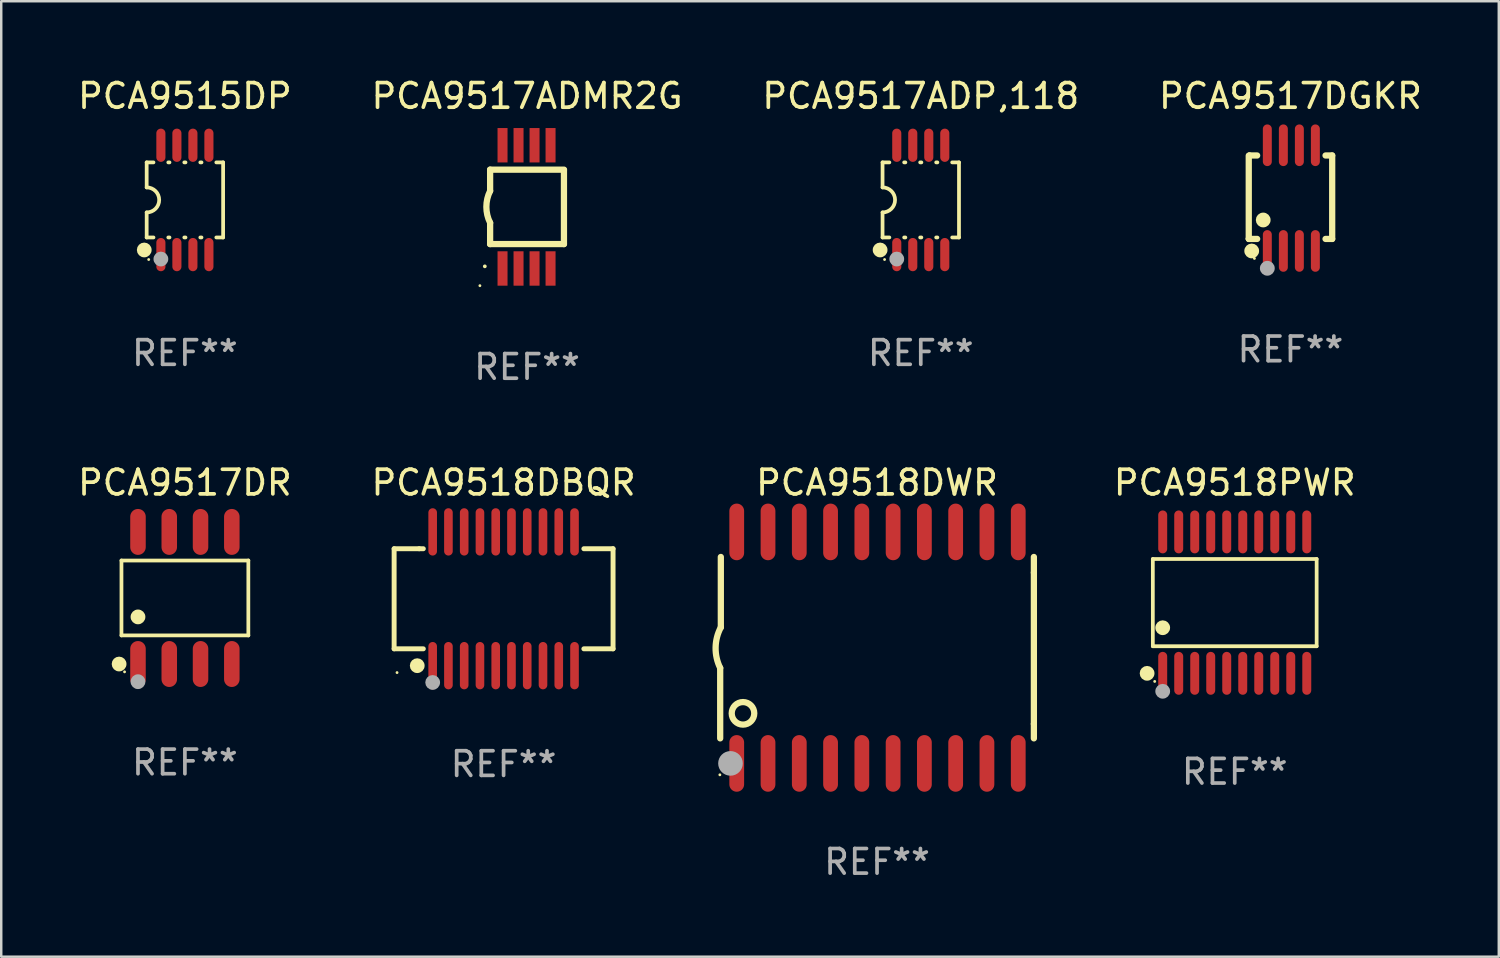
<source format=kicad_pcb>
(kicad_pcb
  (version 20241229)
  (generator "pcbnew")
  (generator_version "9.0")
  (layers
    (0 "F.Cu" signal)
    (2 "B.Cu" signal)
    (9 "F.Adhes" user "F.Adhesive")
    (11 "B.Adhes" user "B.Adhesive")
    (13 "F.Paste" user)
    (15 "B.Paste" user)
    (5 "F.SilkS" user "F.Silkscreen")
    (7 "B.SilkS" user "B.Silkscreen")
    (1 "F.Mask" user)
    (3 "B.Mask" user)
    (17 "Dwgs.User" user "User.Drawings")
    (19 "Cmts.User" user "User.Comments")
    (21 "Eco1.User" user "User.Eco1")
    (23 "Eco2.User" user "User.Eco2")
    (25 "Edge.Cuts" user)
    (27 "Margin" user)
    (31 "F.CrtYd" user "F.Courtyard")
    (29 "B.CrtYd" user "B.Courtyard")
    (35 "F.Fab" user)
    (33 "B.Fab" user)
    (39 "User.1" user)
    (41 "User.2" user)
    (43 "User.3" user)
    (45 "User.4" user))
  (footprint "PCA9517ADP,118"
    (layer "F.Cu")
    (at 34.339 5.068)
    (property "Reference" "PCA9517ADP,118" (at 0 -4.22 0) (layer "F.SilkS") (effects (font (size 1 1) (thickness 0.15))))
    (attr through_hole)
    (fp_line (start -1.552 -1.524) (end -1.276 -1.524) (stroke (width 0.152) (type solid)) (layer "F.SilkS"))
    (fp_line (start -1.552 -0.508) (end -1.552 -1.524) (stroke (width 0.152) (type solid)) (layer "F.SilkS"))
    (fp_line (start -1.552 1.524) (end -1.552 0.508) (stroke (width 0.152) (type solid)) (layer "F.SilkS"))
    (fp_line (start -1.552 1.524) (end -1.276 1.524) (stroke (width 0.152) (type solid)) (layer "F.SilkS"))
    (fp_line (start -0.674 -1.524) (end -0.626 -1.524) (stroke (width 0.152) (type solid)) (layer "F.SilkS"))
    (fp_line (start -0.674 1.524) (end -0.626 1.524) (stroke (width 0.152) (type solid)) (layer "F.SilkS"))
    (fp_line (start -0.024 -1.524) (end 0.024 -1.524) (stroke (width 0.152) (type solid)) (layer "F.SilkS"))
    (fp_line (start -0.024 1.524) (end 0.024 1.524) (stroke (width 0.152) (type solid)) (layer "F.SilkS"))
    (fp_line (start 0.626 -1.524) (end 0.674 -1.524) (stroke (width 0.152) (type solid)) (layer "F.SilkS"))
    (fp_line (start 0.626 1.524) (end 0.674 1.524) (stroke (width 0.152) (type solid)) (layer "F.SilkS"))
    (fp_line (start 1.276 1.524) (end 1.552 1.524) (stroke (width 0.152) (type solid)) (layer "F.SilkS"))
    (fp_line (start 1.276 -1.524) (end 1.552 -1.524) (stroke (width 0.152) (type solid)) (layer "F.SilkS"))
    (fp_line (start 1.552 -1.524) (end 1.552 1.524) (stroke (width 0.152) (type solid)) (layer "F.SilkS"))
    (fp_arc (start -1.551943 -0.508001) (mid -1.043942 0) (end -1.551943 0.508001) (stroke (width 0.151994) (type solid)) (layer "F.SilkS"))
    (fp_circle (center -1.651 2.032) (end -1.501 2.032) (stroke (width 0.3) (type solid)) (fill no) (layer "F.SilkS"))
    (fp_circle (center -1.47 2.42) (end -1.44 2.42) (stroke (width 0.06) (type solid)) (fill no) (layer "F.SilkS"))
    (fp_circle (center -0.975 2.4) (end -0.825 2.4) (stroke (width 0.3) (type solid)) (fill no) (layer "F.Fab"))
    (fp_text user "REF**" (at 0 6.22 0) (layer "F.Fab") (effects (font (size 1 1) (thickness 0.15))))
    (pad "1" smd oval (at -0.975 2.22) (size 0.37 1.35) (layers "F.Cu" "F.Mask" "F.Paste"))
    (pad "2" smd oval (at -0.325 2.22) (size 0.37 1.35) (layers "F.Cu" "F.Mask" "F.Paste"))
    (pad "3" smd oval (at 0.325 2.22) (size 0.37 1.35) (layers "F.Cu" "F.Mask" "F.Paste"))
    (pad "4" smd oval (at 0.975 2.22) (size 0.37 1.35) (layers "F.Cu" "F.Mask" "F.Paste"))
    (pad "5" smd oval (at 0.975 -2.22) (size 0.37 1.35) (layers "F.Cu" "F.Mask" "F.Paste"))
    (pad "6" smd oval (at 0.325 -2.22) (size 0.37 1.35) (layers "F.Cu" "F.Mask" "F.Paste"))
    (pad "7" smd oval (at -0.325 -2.22) (size 0.37 1.35) (layers "F.Cu" "F.Mask" "F.Paste"))
    (pad "8" smd oval (at -0.975 -2.22) (size 0.37 1.35) (layers "F.Cu" "F.Mask" "F.Paste")))
  (footprint "PCA9517DGKR"
    (layer "F.Cu")
    (at 49.351 4.994)
    (property "Reference" "PCA9517DGKR" (at 0 -4.146 0) (layer "F.SilkS") (effects (font (size 1 1) (thickness 0.15))))
    (attr through_hole)
    (fp_line (start -1.694 -1.724) (end -1.694 1.652) (stroke (width 0.254) (type solid)) (layer "F.SilkS"))
    (fp_line (start -1.694 1.652) (end -1.688 1.658) (stroke (width 0.254) (type solid)) (layer "F.SilkS"))
    (fp_line (start -1.688 1.658) (end -1.353 1.658) (stroke (width 0.254) (type solid)) (layer "F.SilkS"))
    (fp_line (start -1.661 -1.73) (end -1.681 -1.71) (stroke (width 0.254) (type solid)) (layer "F.SilkS"))
    (fp_line (start -1.353 -1.73) (end -1.661 -1.73) (stroke (width 0.254) (type solid)) (layer "F.SilkS"))
    (fp_line (start 1.424 1.658) (end 1.694 1.658) (stroke (width 0.254) (type solid)) (layer "F.SilkS"))
    (fp_line (start 1.694 -1.73) (end 1.424 -1.73) (stroke (width 0.254) (type solid)) (layer "F.SilkS"))
    (fp_line (start 1.694 1.658) (end 1.694 -1.73) (stroke (width 0.254) (type solid)) (layer "F.SilkS"))
    (fp_circle (center -1.574 2.146) (end -1.424 2.146) (stroke (width 0.3) (type solid)) (fill no) (layer "F.SilkS"))
    (fp_circle (center -1.464 2.45) (end -1.434 2.45) (stroke (width 0.06) (type solid)) (fill no) (layer "F.SilkS"))
    (fp_circle (center -1.107 0.889) (end -0.957 0.889) (stroke (width 0.3) (type solid)) (fill no) (layer "F.SilkS"))
    (fp_circle (center -0.94 2.85) (end -0.789 2.85) (stroke (width 0.3) (type solid)) (fill no) (layer "F.Fab"))
    (fp_text user "REF**" (at 0 6.146 0) (layer "F.Fab") (effects (font (size 1 1) (thickness 0.15))))
    (pad "1" smd oval (at -0.94 2.146) (size 0.364 1.692) (layers "F.Cu" "F.Mask" "F.Paste"))
    (pad "2" smd oval (at -0.289 2.146) (size 0.364 1.692) (layers "F.Cu" "F.Mask" "F.Paste"))
    (pad "3" smd oval (at 0.361 2.146) (size 0.364 1.692) (layers "F.Cu" "F.Mask" "F.Paste"))
    (pad "4" smd oval (at 1.011 2.146) (size 0.364 1.692) (layers "F.Cu" "F.Mask" "F.Paste"))
    (pad "5" smd oval (at 1.011 -2.146) (size 0.364 1.692) (layers "F.Cu" "F.Mask" "F.Paste"))
    (pad "6" smd oval (at 0.361 -2.146) (size 0.364 1.692) (layers "F.Cu" "F.Mask" "F.Paste"))
    (pad "7" smd oval (at -0.289 -2.146) (size 0.364 1.692) (layers "F.Cu" "F.Mask" "F.Paste"))
    (pad "8" smd oval (at -0.94 -2.146) (size 0.364 1.692) (layers "F.Cu" "F.Mask" "F.Paste")))
  (footprint "PCA9518DWR"
    (layer "F.Cu")
    (at 32.563 23.249)
    (property "Reference" "PCA9518DWR" (at 0 -6.7 0) (layer "F.SilkS") (effects (font (size 1 1) (thickness 0.15))))
    (attr through_hole)
    (fp_line (start -6.369 0.826) (end -6.369 3.683) (stroke (width 0.254) (type solid)) (layer "F.SilkS"))
    (fp_line (start -6.343 -0.825) (end -6.343 -3.683) (stroke (width 0.254) (type solid)) (layer "F.SilkS"))
    (fp_line (start 6.369 -3.048) (end 6.369 -3.683) (stroke (width 0.254) (type solid)) (layer "F.SilkS"))
    (fp_line (start 6.369 -3.048) (end 6.369 3.096) (stroke (width 0.254) (type solid)) (layer "F.SilkS"))
    (fp_line (start 6.369 3.096) (end 6.369 3.683) (stroke (width 0.254) (type solid)) (layer "F.SilkS"))
    (fp_arc (start -6.36853 0.825552) (mid -6.554743 -0.00301) (end -6.343129 -0.825451) (stroke (width 0.254001) (type solid)) (layer "F.SilkS"))
    (fp_circle (center -6.382 5.163) (end -6.352 5.163) (stroke (width 0.06) (type solid)) (fill no) (layer "F.SilkS"))
    (fp_circle (center -5.443 2.667) (end -4.985 2.667) (stroke (width 0.254) (type solid)) (fill no) (layer "F.SilkS"))
    (fp_circle (center -5.951 4.699) (end -5.701 4.699) (stroke (width 0.5) (type solid)) (fill no) (layer "F.Fab"))
    (fp_text user "REF**" (at 0 8.7 0) (layer "F.Fab") (effects (font (size 1 1) (thickness 0.15))))
    (pad "1" smd oval (at -5.697 4.7 180) (size 0.6 2.3) (layers "F.Cu" "F.Mask" "F.Paste"))
    (pad "2" smd oval (at -4.427 4.7 180) (size 0.6 2.3) (layers "F.Cu" "F.Mask" "F.Paste"))
    (pad "3" smd oval (at -3.157 4.7 180) (size 0.6 2.3) (layers "F.Cu" "F.Mask" "F.Paste"))
    (pad "4" smd oval (at -1.887 4.7 180) (size 0.6 2.3) (layers "F.Cu" "F.Mask" "F.Paste"))
    (pad "5" smd oval (at -0.617 4.7 180) (size 0.6 2.3) (layers "F.Cu" "F.Mask" "F.Paste"))
    (pad "6" smd oval (at 0.653 4.7 180) (size 0.6 2.3) (layers "F.Cu" "F.Mask" "F.Paste"))
    (pad "7" smd oval (at 1.923 4.7 180) (size 0.6 2.3) (layers "F.Cu" "F.Mask" "F.Paste"))
    (pad "8" smd oval (at 3.193 4.7 180) (size 0.6 2.3) (layers "F.Cu" "F.Mask" "F.Paste"))
    (pad "9" smd oval (at 4.463 4.7 180) (size 0.6 2.3) (layers "F.Cu" "F.Mask" "F.Paste"))
    (pad "10" smd oval (at 5.734 4.7 180) (size 0.6 2.3) (layers "F.Cu" "F.Mask" "F.Paste"))
    (pad "11" smd oval (at 5.734 -4.7 180) (size 0.6 2.3) (layers "F.Cu" "F.Mask" "F.Paste"))
    (pad "12" smd oval (at 4.463 -4.7 180) (size 0.6 2.3) (layers "F.Cu" "F.Mask" "F.Paste"))
    (pad "13" smd oval (at 3.193 -4.7 180) (size 0.6 2.3) (layers "F.Cu" "F.Mask" "F.Paste"))
    (pad "14" smd oval (at 1.923 -4.7 180) (size 0.6 2.3) (layers "F.Cu" "F.Mask" "F.Paste"))
    (pad "15" smd oval (at 0.653 -4.7 180) (size 0.6 2.3) (layers "F.Cu" "F.Mask" "F.Paste"))
    (pad "16" smd oval (at -0.617 -4.7 180) (size 0.6 2.3) (layers "F.Cu" "F.Mask" "F.Paste"))
    (pad "17" smd oval (at -1.887 -4.7 180) (size 0.6 2.3) (layers "F.Cu" "F.Mask" "F.Paste"))
    (pad "18" smd oval (at -3.157 -4.7 180) (size 0.6 2.3) (layers "F.Cu" "F.Mask" "F.Paste"))
    (pad "19" smd oval (at -4.427 -4.7 180) (size 0.6 2.3) (layers "F.Cu" "F.Mask" "F.Paste"))
    (pad "20" smd oval (at -5.697 -4.7 180) (size 0.6 2.3) (layers "F.Cu" "F.Mask" "F.Paste")))
  (footprint "PCA9518PWR"
    (layer "F.Cu")
    (at 47.088 21.42)
    (property "Reference" "PCA9518PWR" (at 0 -4.871 0) (layer "F.SilkS") (effects (font (size 1 1) (thickness 0.15))))
    (attr through_hole)
    (fp_line (start -3.326 -1.771) (end 3.326 -1.771) (stroke (width 0.152) (type solid)) (layer "F.SilkS"))
    (fp_line (start -3.326 1.771) (end -3.326 -1.771) (stroke (width 0.152) (type solid)) (layer "F.SilkS"))
    (fp_line (start 3.326 -1.771) (end 3.326 1.771) (stroke (width 0.152) (type solid)) (layer "F.SilkS"))
    (fp_line (start 3.326 1.771) (end -3.326 1.771) (stroke (width 0.152) (type solid)) (layer "F.SilkS"))
    (fp_circle (center -3.559 2.871) (end -3.409 2.871) (stroke (width 0.3) (type solid)) (fill no) (layer "F.SilkS"))
    (fp_circle (center -3.25 3.2) (end -3.22 3.2) (stroke (width 0.06) (type solid)) (fill no) (layer "F.SilkS"))
    (fp_circle (center -2.925 1.019) (end -2.775 1.019) (stroke (width 0.3) (type solid)) (fill no) (layer "F.SilkS"))
    (fp_circle (center -2.925 3.6) (end -2.775 3.6) (stroke (width 0.3) (type solid)) (fill no) (layer "F.Fab"))
    (fp_text user "REF**" (at 0 6.871 0) (layer "F.Fab") (effects (font (size 1 1) (thickness 0.15))))
    (pad "1" smd oval (at -2.925 2.871) (size 0.364 1.742) (layers "F.Cu" "F.Mask" "F.Paste"))
    (pad "2" smd oval (at -2.275 2.871) (size 0.364 1.742) (layers "F.Cu" "F.Mask" "F.Paste"))
    (pad "3" smd oval (at -1.625 2.871) (size 0.364 1.742) (layers "F.Cu" "F.Mask" "F.Paste"))
    (pad "4" smd oval (at -0.975 2.871) (size 0.364 1.742) (layers "F.Cu" "F.Mask" "F.Paste"))
    (pad "5" smd oval (at -0.325 2.871) (size 0.364 1.742) (layers "F.Cu" "F.Mask" "F.Paste"))
    (pad "6" smd oval (at 0.325 2.871) (size 0.364 1.742) (layers "F.Cu" "F.Mask" "F.Paste"))
    (pad "7" smd oval (at 0.975 2.871) (size 0.364 1.742) (layers "F.Cu" "F.Mask" "F.Paste"))
    (pad "8" smd oval (at 1.625 2.871) (size 0.364 1.742) (layers "F.Cu" "F.Mask" "F.Paste"))
    (pad "9" smd oval (at 2.275 2.871) (size 0.364 1.742) (layers "F.Cu" "F.Mask" "F.Paste"))
    (pad "10" smd oval (at 2.925 2.871) (size 0.364 1.742) (layers "F.Cu" "F.Mask" "F.Paste"))
    (pad "11" smd oval (at 2.925 -2.871) (size 0.364 1.742) (layers "F.Cu" "F.Mask" "F.Paste"))
    (pad "12" smd oval (at 2.275 -2.871) (size 0.364 1.742) (layers "F.Cu" "F.Mask" "F.Paste"))
    (pad "13" smd oval (at 1.625 -2.871) (size 0.364 1.742) (layers "F.Cu" "F.Mask" "F.Paste"))
    (pad "14" smd oval (at 0.975 -2.871) (size 0.364 1.742) (layers "F.Cu" "F.Mask" "F.Paste"))
    (pad "15" smd oval (at 0.325 -2.871) (size 0.364 1.742) (layers "F.Cu" "F.Mask" "F.Paste"))
    (pad "16" smd oval (at -0.325 -2.871) (size 0.364 1.742) (layers "F.Cu" "F.Mask" "F.Paste"))
    (pad "17" smd oval (at -0.975 -2.871) (size 0.364 1.742) (layers "F.Cu" "F.Mask" "F.Paste"))
    (pad "18" smd oval (at -1.625 -2.871) (size 0.364 1.742) (layers "F.Cu" "F.Mask" "F.Paste"))
    (pad "19" smd oval (at -2.275 -2.871) (size 0.364 1.742) (layers "F.Cu" "F.Mask" "F.Paste"))
    (pad "20" smd oval (at -2.925 -2.871) (size 0.364 1.742) (layers "F.Cu" "F.Mask" "F.Paste")))
  (footprint "PCA9517ADMR2G"
    (layer "F.Cu")
    (at 18.351 5.35)
    (property "Reference" "PCA9517ADMR2G" (at 0 -4.502 0) (layer "F.SilkS") (effects (font (size 1 1) (thickness 0.15))))
    (attr through_hole)
    (fp_line (start -1.501 1.511) (end 1.499 1.511) (stroke (width 0.254) (type solid)) (layer "F.SilkS"))
    (fp_line (start -1.499 -1.511) (end 1.501 -1.511) (stroke (width 0.254) (type solid)) (layer "F.SilkS"))
    (fp_line (start -1.499 -0.648) (end -1.499 -1.511) (stroke (width 0.254) (type solid)) (layer "F.SilkS"))
    (fp_line (start -1.499 1.511) (end -1.499 0.648) (stroke (width 0.254) (type solid)) (layer "F.SilkS"))
    (fp_line (start 1.499 1.511) (end 1.499 -1.489) (stroke (width 0.254) (type solid)) (layer "F.SilkS"))
    (fp_arc (start -1.715773 2.415011) (mid -1.714503 2.415005) (end -1.713233 2.415011) (stroke (width 0.150013) (type solid)) (layer "F.SilkS"))
    (fp_arc (start -1.498603 0.647702) (mid -1.651505 0) (end -1.498603 -0.647701) (stroke (width 0.254001) (type solid)) (layer "F.SilkS"))
    (fp_circle (center -1.914 3.2) (end -1.884 3.2) (stroke (width 0.06) (type solid)) (fill no) (layer "F.SilkS"))
    (fp_text user "REF**" (at 0 6.502 0) (layer "F.Fab") (effects (font (size 1 1) (thickness 0.15))))
    (pad "1" smd rect (at -0.995 2.502 90) (size 1.397 0.406) (layers "F.Cu" "F.Mask" "F.Paste"))
    (pad "2" smd rect (at -0.345 2.502 90) (size 1.397 0.406) (layers "F.Cu" "F.Mask" "F.Paste"))
    (pad "3" smd rect (at 0.305 2.502 90) (size 1.397 0.406) (layers "F.Cu" "F.Mask" "F.Paste"))
    (pad "4" smd rect (at 0.955 2.502 90) (size 1.397 0.406) (layers "F.Cu" "F.Mask" "F.Paste"))
    (pad "5" smd rect (at 0.955 -2.502 90) (size 1.397 0.406) (layers "F.Cu" "F.Mask" "F.Paste"))
    (pad "6" smd rect (at 0.305 -2.502 90) (size 1.397 0.406) (layers "F.Cu" "F.Mask" "F.Paste"))
    (pad "7" smd rect (at -0.345 -2.502 90) (size 1.397 0.406) (layers "F.Cu" "F.Mask" "F.Paste"))
    (pad "8" smd rect (at -0.995 -2.502 90) (size 1.397 0.406) (layers "F.Cu" "F.Mask" "F.Paste")))
  (footprint "PCA9515DP"
    (layer "F.Cu")
    (at 4.458 5.068)
    (property "Reference" "PCA9515DP" (at 0 -4.22 0) (layer "F.SilkS") (effects (font (size 1 1) (thickness 0.15))))
    (attr through_hole)
    (fp_line (start -1.552 -1.524) (end -1.276 -1.524) (stroke (width 0.152) (type solid)) (layer "F.SilkS"))
    (fp_line (start -1.552 -0.508) (end -1.552 -1.524) (stroke (width 0.152) (type solid)) (layer "F.SilkS"))
    (fp_line (start -1.552 1.524) (end -1.552 0.508) (stroke (width 0.152) (type solid)) (layer "F.SilkS"))
    (fp_line (start -1.552 1.524) (end -1.276 1.524) (stroke (width 0.152) (type solid)) (layer "F.SilkS"))
    (fp_line (start -0.674 -1.524) (end -0.626 -1.524) (stroke (width 0.152) (type solid)) (layer "F.SilkS"))
    (fp_line (start -0.674 1.524) (end -0.626 1.524) (stroke (width 0.152) (type solid)) (layer "F.SilkS"))
    (fp_line (start -0.024 -1.524) (end 0.024 -1.524) (stroke (width 0.152) (type solid)) (layer "F.SilkS"))
    (fp_line (start -0.024 1.524) (end 0.024 1.524) (stroke (width 0.152) (type solid)) (layer "F.SilkS"))
    (fp_line (start 0.626 -1.524) (end 0.674 -1.524) (stroke (width 0.152) (type solid)) (layer "F.SilkS"))
    (fp_line (start 0.626 1.524) (end 0.674 1.524) (stroke (width 0.152) (type solid)) (layer "F.SilkS"))
    (fp_line (start 1.276 1.524) (end 1.552 1.524) (stroke (width 0.152) (type solid)) (layer "F.SilkS"))
    (fp_line (start 1.276 -1.524) (end 1.552 -1.524) (stroke (width 0.152) (type solid)) (layer "F.SilkS"))
    (fp_line (start 1.552 -1.524) (end 1.552 1.524) (stroke (width 0.152) (type solid)) (layer "F.SilkS"))
    (fp_arc (start -1.551943 -0.508001) (mid -1.043942 0) (end -1.551943 0.508001) (stroke (width 0.151994) (type solid)) (layer "F.SilkS"))
    (fp_circle (center -1.651 2.032) (end -1.501 2.032) (stroke (width 0.3) (type solid)) (fill no) (layer "F.SilkS"))
    (fp_circle (center -1.47 2.42) (end -1.44 2.42) (stroke (width 0.06) (type solid)) (fill no) (layer "F.SilkS"))
    (fp_circle (center -0.975 2.4) (end -0.825 2.4) (stroke (width 0.3) (type solid)) (fill no) (layer "F.Fab"))
    (fp_text user "REF**" (at 0 6.22 0) (layer "F.Fab") (effects (font (size 1 1) (thickness 0.15))))
    (pad "1" smd oval (at -0.975 2.22) (size 0.37 1.35) (layers "F.Cu" "F.Mask" "F.Paste"))
    (pad "2" smd oval (at -0.325 2.22) (size 0.37 1.35) (layers "F.Cu" "F.Mask" "F.Paste"))
    (pad "3" smd oval (at 0.325 2.22) (size 0.37 1.35) (layers "F.Cu" "F.Mask" "F.Paste"))
    (pad "4" smd oval (at 0.975 2.22) (size 0.37 1.35) (layers "F.Cu" "F.Mask" "F.Paste"))
    (pad "5" smd oval (at 0.975 -2.22) (size 0.37 1.35) (layers "F.Cu" "F.Mask" "F.Paste"))
    (pad "6" smd oval (at 0.325 -2.22) (size 0.37 1.35) (layers "F.Cu" "F.Mask" "F.Paste"))
    (pad "7" smd oval (at -0.325 -2.22) (size 0.37 1.35) (layers "F.Cu" "F.Mask" "F.Paste"))
    (pad "8" smd oval (at -0.975 -2.22) (size 0.37 1.35) (layers "F.Cu" "F.Mask" "F.Paste")))
  (footprint "PCA9518DBQR"
    (layer "F.Cu")
    (at 17.399 21.264)
    (property "Reference" "PCA9518DBQR" (at 0 -4.716 0) (layer "F.SilkS") (effects (font (size 1 1) (thickness 0.15))))
    (attr through_hole)
    (fp_line (start -4.445 -2.032) (end -4.445 2.032) (stroke (width 0.2) (type solid)) (layer "F.SilkS"))
    (fp_line (start -4.445 2.032) (end -3.259 2.032) (stroke (width 0.2) (type solid)) (layer "F.SilkS"))
    (fp_line (start -3.429 -2.032) (end -4.445 -2.032) (stroke (width 0.2) (type solid)) (layer "F.SilkS"))
    (fp_line (start -3.259 -2.032) (end -3.429 -2.032) (stroke (width 0.2) (type solid)) (layer "F.SilkS"))
    (fp_line (start 3.259 2.032) (end 4.445 2.032) (stroke (width 0.2) (type solid)) (layer "F.SilkS"))
    (fp_line (start 4.445 -2.032) (end 3.259 -2.032) (stroke (width 0.2) (type solid)) (layer "F.SilkS"))
    (fp_line (start 4.445 2.032) (end 4.445 -2.032) (stroke (width 0.2) (type solid)) (layer "F.SilkS"))
    (fp_circle (center -4.327 2.997) (end -4.297 2.997) (stroke (width 0.06) (type solid)) (fill no) (layer "F.SilkS"))
    (fp_circle (center -3.507 2.716) (end -3.357 2.716) (stroke (width 0.3) (type solid)) (fill no) (layer "F.SilkS"))
    (fp_circle (center -2.88 3.398) (end -2.73 3.398) (stroke (width 0.3) (type solid)) (fill no) (layer "F.Fab"))
    (fp_text user "REF**" (at 0 6.716 0) (layer "F.Fab") (effects (font (size 1 1) (thickness 0.15))))
    (pad "1" smd oval (at -2.88 2.716) (size 0.35 1.922) (layers "F.Cu" "F.Mask" "F.Paste"))
    (pad "2" smd oval (at -2.24 2.716) (size 0.35 1.922) (layers "F.Cu" "F.Mask" "F.Paste"))
    (pad "3" smd oval (at -1.6 2.716) (size 0.35 1.922) (layers "F.Cu" "F.Mask" "F.Paste"))
    (pad "4" smd oval (at -0.96 2.716) (size 0.35 1.922) (layers "F.Cu" "F.Mask" "F.Paste"))
    (pad "5" smd oval (at -0.32 2.716) (size 0.35 1.922) (layers "F.Cu" "F.Mask" "F.Paste"))
    (pad "6" smd oval (at 0.32 2.716) (size 0.35 1.922) (layers "F.Cu" "F.Mask" "F.Paste"))
    (pad "7" smd oval (at 0.96 2.716) (size 0.35 1.922) (layers "F.Cu" "F.Mask" "F.Paste"))
    (pad "8" smd oval (at 1.6 2.716) (size 0.35 1.922) (layers "F.Cu" "F.Mask" "F.Paste"))
    (pad "9" smd oval (at 2.24 2.716) (size 0.35 1.922) (layers "F.Cu" "F.Mask" "F.Paste"))
    (pad "10" smd oval (at 2.88 2.716) (size 0.35 1.922) (layers "F.Cu" "F.Mask" "F.Paste"))
    (pad "11" smd oval (at 2.88 -2.716) (size 0.35 1.922) (layers "F.Cu" "F.Mask" "F.Paste"))
    (pad "12" smd oval (at 2.24 -2.716) (size 0.35 1.922) (layers "F.Cu" "F.Mask" "F.Paste"))
    (pad "13" smd oval (at 1.6 -2.716) (size 0.35 1.922) (layers "F.Cu" "F.Mask" "F.Paste"))
    (pad "14" smd oval (at 0.96 -2.716) (size 0.35 1.922) (layers "F.Cu" "F.Mask" "F.Paste"))
    (pad "15" smd oval (at 0.32 -2.716) (size 0.35 1.922) (layers "F.Cu" "F.Mask" "F.Paste"))
    (pad "16" smd oval (at -0.32 -2.716) (size 0.35 1.922) (layers "F.Cu" "F.Mask" "F.Paste"))
    (pad "17" smd oval (at -0.96 -2.716) (size 0.35 1.922) (layers "F.Cu" "F.Mask" "F.Paste"))
    (pad "18" smd oval (at -1.6 -2.716) (size 0.35 1.922) (layers "F.Cu" "F.Mask" "F.Paste"))
    (pad "19" smd oval (at -2.24 -2.716) (size 0.35 1.922) (layers "F.Cu" "F.Mask" "F.Paste"))
    (pad "20" smd oval (at -2.88 -2.716) (size 0.35 1.922) (layers "F.Cu" "F.Mask" "F.Paste")))
  (footprint "PCA9517DR"
    (layer "F.Cu")
    (at 4.458 21.231)
    (property "Reference" "PCA9517DR" (at 0 -4.682 0) (layer "F.SilkS") (effects (font (size 1 1) (thickness 0.15))))
    (attr through_hole)
    (fp_line (start -2.576 -1.521) (end 2.576 -1.521) (stroke (width 0.152) (type solid)) (layer "F.SilkS"))
    (fp_line (start -2.576 1.521) (end -2.576 -1.521) (stroke (width 0.152) (type solid)) (layer "F.SilkS"))
    (fp_line (start 2.576 -1.521) (end 2.576 1.521) (stroke (width 0.152) (type solid)) (layer "F.SilkS"))
    (fp_line (start 2.576 1.521) (end -2.576 1.521) (stroke (width 0.152) (type solid)) (layer "F.SilkS"))
    (fp_circle (center -2.672 2.682) (end -2.522 2.682) (stroke (width 0.3) (type solid)) (fill no) (layer "F.SilkS"))
    (fp_circle (center -2.45 3) (end -2.42 3) (stroke (width 0.06) (type solid)) (fill no) (layer "F.SilkS"))
    (fp_circle (center -1.905 0.769) (end -1.755 0.769) (stroke (width 0.3) (type solid)) (fill no) (layer "F.SilkS"))
    (fp_circle (center -1.905 3.4) (end -1.755 3.4) (stroke (width 0.3) (type solid)) (fill no) (layer "F.Fab"))
    (fp_text user "REF**" (at 0 6.682 0) (layer "F.Fab") (effects (font (size 1 1) (thickness 0.15))))
    (pad "1" smd oval (at -1.905 2.682) (size 0.63 1.865) (layers "F.Cu" "F.Mask" "F.Paste"))
    (pad "2" smd oval (at -0.635 2.682) (size 0.63 1.865) (layers "F.Cu" "F.Mask" "F.Paste"))
    (pad "3" smd oval (at 0.635 2.682) (size 0.63 1.865) (layers "F.Cu" "F.Mask" "F.Paste"))
    (pad "4" smd oval (at 1.905 2.682) (size 0.63 1.865) (layers "F.Cu" "F.Mask" "F.Paste"))
    (pad "5" smd oval (at 1.905 -2.682) (size 0.63 1.865) (layers "F.Cu" "F.Mask" "F.Paste"))
    (pad "6" smd oval (at 0.635 -2.682) (size 0.63 1.865) (layers "F.Cu" "F.Mask" "F.Paste"))
    (pad "7" smd oval (at -0.635 -2.682) (size 0.63 1.865) (layers "F.Cu" "F.Mask" "F.Paste"))
    (pad "8" smd oval (at -1.905 -2.682) (size 0.63 1.865) (layers "F.Cu" "F.Mask" "F.Paste")))
  (gr_rect
    (start -3 -3)
    (end 57.81 35.797)
    (stroke (width 0.1) (type default))
    (fill no)
    (layer "Edge.Cuts")))
</source>
